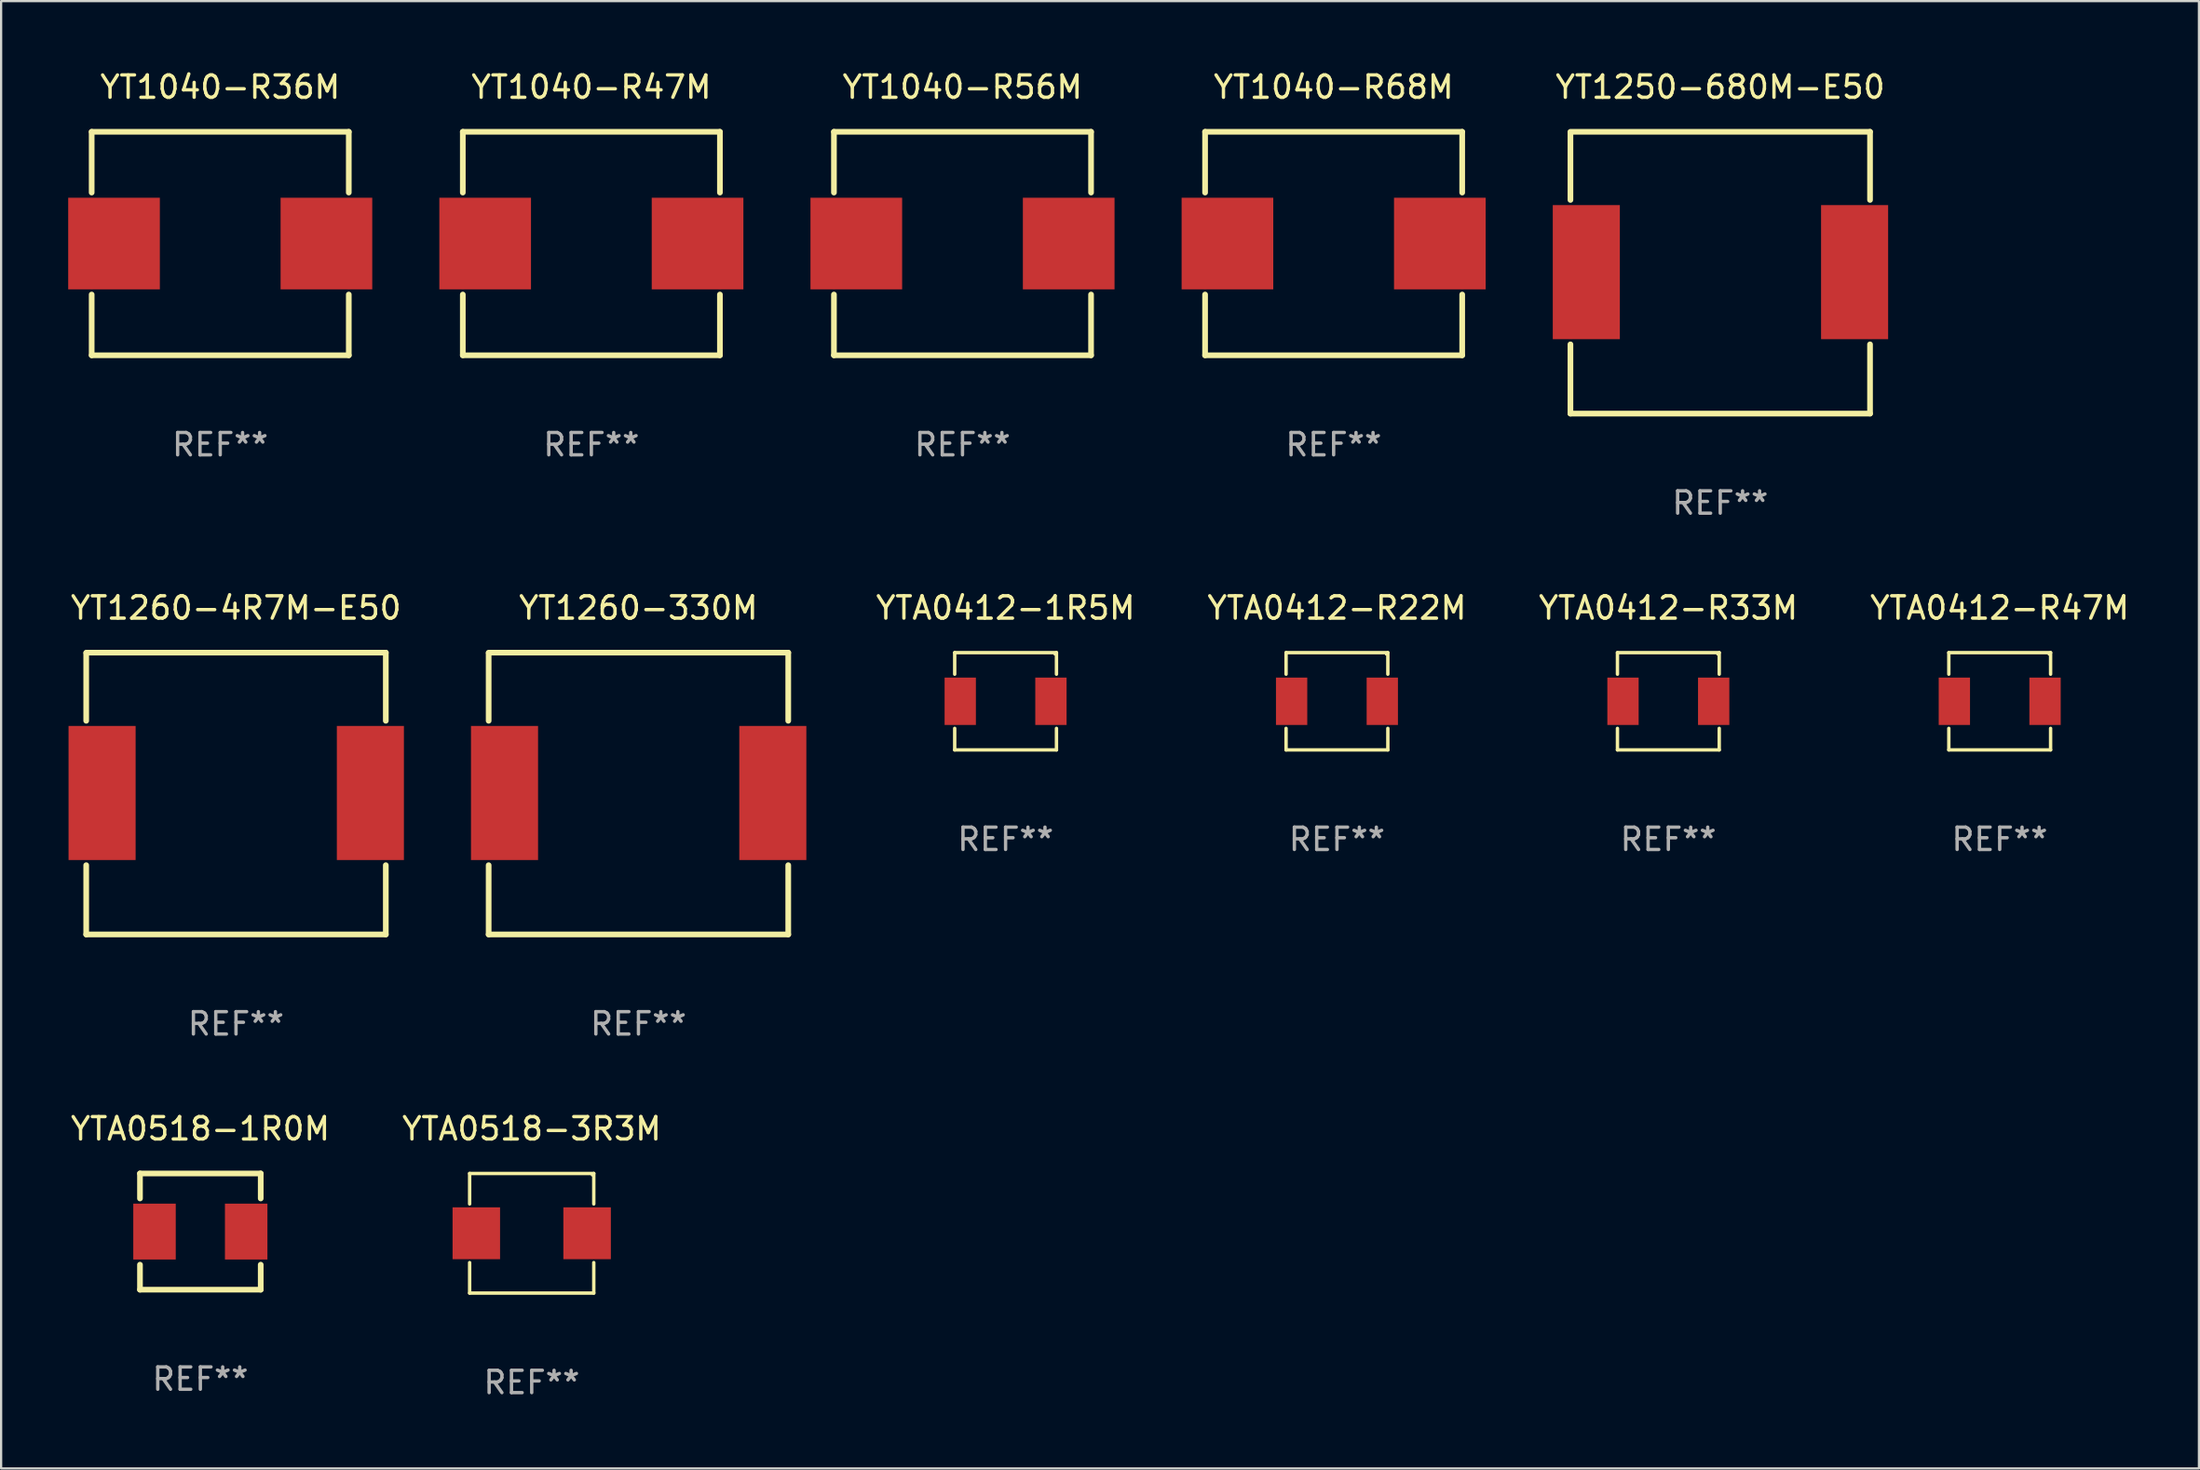
<source format=kicad_pcb>
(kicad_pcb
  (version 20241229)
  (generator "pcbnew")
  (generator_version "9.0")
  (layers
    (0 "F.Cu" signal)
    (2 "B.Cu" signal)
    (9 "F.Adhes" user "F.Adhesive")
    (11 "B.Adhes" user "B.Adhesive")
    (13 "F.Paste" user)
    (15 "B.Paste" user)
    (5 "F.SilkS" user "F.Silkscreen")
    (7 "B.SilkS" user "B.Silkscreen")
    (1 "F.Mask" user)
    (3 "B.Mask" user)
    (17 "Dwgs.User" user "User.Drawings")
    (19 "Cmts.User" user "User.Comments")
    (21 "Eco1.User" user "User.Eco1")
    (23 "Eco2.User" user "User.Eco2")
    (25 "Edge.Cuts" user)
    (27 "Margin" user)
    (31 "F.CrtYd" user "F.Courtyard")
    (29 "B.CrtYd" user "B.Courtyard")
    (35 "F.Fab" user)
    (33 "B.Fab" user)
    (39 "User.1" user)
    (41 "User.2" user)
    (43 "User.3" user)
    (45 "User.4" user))
  (footprint "YTA0412-R47M"
    (layer "F.Cu")
    (at 86.391 28.331)
    (property "Reference" "YTA0412-R47M" (at 0 -4.176 0) (layer "F.SilkS") (effects (font (size 1 1) (thickness 0.15))))
    (attr through_hole)
    (fp_line (start -2.276 -2.176) (end 2.276 -2.176) (stroke (width 0.152) (type solid)) (layer "F.SilkS"))
    (fp_line (start -2.276 -1.212) (end -2.276 -2.176) (stroke (width 0.152) (type solid)) (layer "F.SilkS"))
    (fp_line (start -2.276 1.212) (end -2.276 2.176) (stroke (width 0.152) (type solid)) (layer "F.SilkS"))
    (fp_line (start -2.276 2.176) (end 2.276 2.176) (stroke (width 0.152) (type solid)) (layer "F.SilkS"))
    (fp_line (start 2.276 -2.176) (end 2.276 -1.212) (stroke (width 0.152) (type solid)) (layer "F.SilkS"))
    (fp_line (start 2.276 2.176) (end 2.276 1.212) (stroke (width 0.152) (type solid)) (layer "F.SilkS"))
    (fp_circle (center 2.2 -2.1) (end 2.23 -2.1) (stroke (width 0.06) (type solid)) (fill no) (layer "F.SilkS"))
    (fp_text user "REF**" (at 0 6.176 0) (layer "F.Fab") (effects (font (size 1 1) (thickness 0.15))))
    (pad "1" smd rect (at 2.028 0) (size 1.4 2.12) (layers "F.Cu" "F.Mask" "F.Paste"))
    (pad "2" smd rect (at -2.028 0) (size 1.4 2.12) (layers "F.Cu" "F.Mask" "F.Paste")))
  (footprint "YT1040-R68M"
    (layer "F.Cu")
    (at 56.6 7.848)
    (property "Reference" "YT1040-R68M" (at 0 -7 0) (layer "F.SilkS") (effects (font (size 1 1) (thickness 0.15))))
    (attr through_hole)
    (fp_line (start -5.75 -5) (end -5.75 -2.281) (stroke (width 0.254) (type solid)) (layer "F.SilkS"))
    (fp_line (start -5.75 -5) (end 5.75 -5) (stroke (width 0.254) (type solid)) (layer "F.SilkS"))
    (fp_line (start -5.75 2.281) (end -5.75 5) (stroke (width 0.254) (type solid)) (layer "F.SilkS"))
    (fp_line (start 5.75 -2.281) (end 5.75 -5) (stroke (width 0.254) (type solid)) (layer "F.SilkS"))
    (fp_line (start 5.75 5) (end -5.75 5) (stroke (width 0.254) (type solid)) (layer "F.SilkS"))
    (fp_line (start 5.75 5) (end 5.75 2.281) (stroke (width 0.254) (type solid)) (layer "F.SilkS"))
    (fp_circle (center -5.75 5) (end -5.7 5) (stroke (width 0.1) (type solid)) (fill no) (layer "F.SilkS"))
    (fp_text user "REF**" (at 0 9 0) (layer "F.Fab") (effects (font (size 1 1) (thickness 0.15))))
    (pad "1" smd rect (at -4.75 0) (size 4.1 4.1) (layers "F.Cu" "F.Mask" "F.Paste"))
    (pad "2" smd rect (at 4.75 0) (size 4.1 4.1) (layers "F.Cu" "F.Mask" "F.Paste")))
  (footprint "YT1260-4R7M-E50"
    (layer "F.Cu")
    (at 7.506 32.46)
    (property "Reference" "YT1260-4R7M-E50" (at 0 -8.305 0) (layer "F.SilkS") (effects (font (size 1 1) (thickness 0.15))))
    (attr through_hole)
    (fp_line (start -6.7 -6.275) (end -6.7 -3.256) (stroke (width 0.254) (type solid)) (layer "F.SilkS"))
    (fp_line (start -6.7 3.206) (end -6.7 6.305) (stroke (width 0.254) (type solid)) (layer "F.SilkS"))
    (fp_line (start -6.7 6.305) (end 6.7 6.305) (stroke (width 0.254) (type solid)) (layer "F.SilkS"))
    (fp_line (start 6.7 -6.305) (end -6.7 -6.305) (stroke (width 0.254) (type solid)) (layer "F.SilkS"))
    (fp_line (start 6.7 -3.256) (end 6.7 -6.305) (stroke (width 0.254) (type solid)) (layer "F.SilkS"))
    (fp_line (start 6.7 6.305) (end 6.7 3.206) (stroke (width 0.254) (type solid)) (layer "F.SilkS"))
    (fp_circle (center -6.715 6.275) (end -6.685 6.275) (stroke (width 0.06) (type solid)) (fill no) (layer "F.SilkS"))
    (fp_text user "REF**" (at 0 10.305 0) (layer "F.Fab") (effects (font (size 1 1) (thickness 0.15))))
    (pad "1" smd rect (at -5.99 -0.025) (size 3 6) (layers "F.Cu" "F.Mask" "F.Paste"))
    (pad "2" smd rect (at 6.01 -0.025) (size 3 6) (layers "F.Cu" "F.Mask" "F.Paste")))
  (footprint "YT1040-R47M"
    (layer "F.Cu")
    (at 23.4 7.848)
    (property "Reference" "YT1040-R47M" (at 0 -7 0) (layer "F.SilkS") (effects (font (size 1 1) (thickness 0.15))))
    (attr through_hole)
    (fp_line (start -5.75 -5) (end -5.75 -2.281) (stroke (width 0.254) (type solid)) (layer "F.SilkS"))
    (fp_line (start -5.75 -5) (end 5.75 -5) (stroke (width 0.254) (type solid)) (layer "F.SilkS"))
    (fp_line (start -5.75 2.281) (end -5.75 5) (stroke (width 0.254) (type solid)) (layer "F.SilkS"))
    (fp_line (start 5.75 -2.281) (end 5.75 -5) (stroke (width 0.254) (type solid)) (layer "F.SilkS"))
    (fp_line (start 5.75 5) (end -5.75 5) (stroke (width 0.254) (type solid)) (layer "F.SilkS"))
    (fp_line (start 5.75 5) (end 5.75 2.281) (stroke (width 0.254) (type solid)) (layer "F.SilkS"))
    (fp_circle (center -5.75 5) (end -5.7 5) (stroke (width 0.1) (type solid)) (fill no) (layer "F.SilkS"))
    (fp_text user "REF**" (at 0 9 0) (layer "F.Fab") (effects (font (size 1 1) (thickness 0.15))))
    (pad "1" smd rect (at -4.75 0) (size 4.1 4.1) (layers "F.Cu" "F.Mask" "F.Paste"))
    (pad "2" smd rect (at 4.75 0) (size 4.1 4.1) (layers "F.Cu" "F.Mask" "F.Paste")))
  (footprint "YT1040-R36M"
    (layer "F.Cu")
    (at 6.8 7.848)
    (property "Reference" "YT1040-R36M" (at 0 -7 0) (layer "F.SilkS") (effects (font (size 1 1) (thickness 0.15))))
    (attr through_hole)
    (fp_line (start -5.75 -5) (end -5.75 -2.281) (stroke (width 0.254) (type solid)) (layer "F.SilkS"))
    (fp_line (start -5.75 -5) (end 5.75 -5) (stroke (width 0.254) (type solid)) (layer "F.SilkS"))
    (fp_line (start -5.75 2.281) (end -5.75 5) (stroke (width 0.254) (type solid)) (layer "F.SilkS"))
    (fp_line (start 5.75 -2.281) (end 5.75 -5) (stroke (width 0.254) (type solid)) (layer "F.SilkS"))
    (fp_line (start 5.75 5) (end -5.75 5) (stroke (width 0.254) (type solid)) (layer "F.SilkS"))
    (fp_line (start 5.75 5) (end 5.75 2.281) (stroke (width 0.254) (type solid)) (layer "F.SilkS"))
    (fp_circle (center -5.75 5) (end -5.7 5) (stroke (width 0.1) (type solid)) (fill no) (layer "F.SilkS"))
    (fp_text user "REF**" (at 0 9 0) (layer "F.Fab") (effects (font (size 1 1) (thickness 0.15))))
    (pad "1" smd rect (at -4.75 0) (size 4.1 4.1) (layers "F.Cu" "F.Mask" "F.Paste"))
    (pad "2" smd rect (at 4.75 0) (size 4.1 4.1) (layers "F.Cu" "F.Mask" "F.Paste")))
  (footprint "YTA0412-R33M"
    (layer "F.Cu")
    (at 71.57 28.331)
    (property "Reference" "YTA0412-R33M" (at 0 -4.176 0) (layer "F.SilkS") (effects (font (size 1 1) (thickness 0.15))))
    (attr through_hole)
    (fp_line (start -2.276 -2.176) (end 2.276 -2.176) (stroke (width 0.152) (type solid)) (layer "F.SilkS"))
    (fp_line (start -2.276 -1.212) (end -2.276 -2.176) (stroke (width 0.152) (type solid)) (layer "F.SilkS"))
    (fp_line (start -2.276 1.212) (end -2.276 2.176) (stroke (width 0.152) (type solid)) (layer "F.SilkS"))
    (fp_line (start -2.276 2.176) (end 2.276 2.176) (stroke (width 0.152) (type solid)) (layer "F.SilkS"))
    (fp_line (start 2.276 -2.176) (end 2.276 -1.212) (stroke (width 0.152) (type solid)) (layer "F.SilkS"))
    (fp_line (start 2.276 2.176) (end 2.276 1.212) (stroke (width 0.152) (type solid)) (layer "F.SilkS"))
    (fp_circle (center 2.2 -2.1) (end 2.23 -2.1) (stroke (width 0.06) (type solid)) (fill no) (layer "F.SilkS"))
    (fp_text user "REF**" (at 0 6.176 0) (layer "F.Fab") (effects (font (size 1 1) (thickness 0.15))))
    (pad "1" smd rect (at 2.028 0) (size 1.4 2.12) (layers "F.Cu" "F.Mask" "F.Paste"))
    (pad "2" smd rect (at -2.028 0) (size 1.4 2.12) (layers "F.Cu" "F.Mask" "F.Paste")))
  (footprint "YT1040-R56M"
    (layer "F.Cu")
    (at 40 7.848)
    (property "Reference" "YT1040-R56M" (at 0 -7 0) (layer "F.SilkS") (effects (font (size 1 1) (thickness 0.15))))
    (attr through_hole)
    (fp_line (start -5.75 -5) (end -5.75 -2.281) (stroke (width 0.254) (type solid)) (layer "F.SilkS"))
    (fp_line (start -5.75 -5) (end 5.75 -5) (stroke (width 0.254) (type solid)) (layer "F.SilkS"))
    (fp_line (start -5.75 2.281) (end -5.75 5) (stroke (width 0.254) (type solid)) (layer "F.SilkS"))
    (fp_line (start 5.75 -2.281) (end 5.75 -5) (stroke (width 0.254) (type solid)) (layer "F.SilkS"))
    (fp_line (start 5.75 5) (end -5.75 5) (stroke (width 0.254) (type solid)) (layer "F.SilkS"))
    (fp_line (start 5.75 5) (end 5.75 2.281) (stroke (width 0.254) (type solid)) (layer "F.SilkS"))
    (fp_circle (center -5.75 5) (end -5.7 5) (stroke (width 0.1) (type solid)) (fill no) (layer "F.SilkS"))
    (fp_text user "REF**" (at 0 9 0) (layer "F.Fab") (effects (font (size 1 1) (thickness 0.15))))
    (pad "1" smd rect (at -4.75 0) (size 4.1 4.1) (layers "F.Cu" "F.Mask" "F.Paste"))
    (pad "2" smd rect (at 4.75 0) (size 4.1 4.1) (layers "F.Cu" "F.Mask" "F.Paste")))
  (footprint "YTA0518-3R3M"
    (layer "F.Cu")
    (at 20.732 52.137)
    (property "Reference" "YTA0518-3R3M" (at 0 -4.676 0) (layer "F.SilkS") (effects (font (size 1 1) (thickness 0.15))))
    (attr through_hole)
    (fp_line (start -2.776 -2.676) (end 2.776 -2.676) (stroke (width 0.152) (type solid)) (layer "F.SilkS"))
    (fp_line (start -2.776 -1.312) (end -2.776 -2.676) (stroke (width 0.152) (type solid)) (layer "F.SilkS"))
    (fp_line (start -2.776 1.312) (end -2.776 2.676) (stroke (width 0.152) (type solid)) (layer "F.SilkS"))
    (fp_line (start -2.776 2.676) (end 2.776 2.676) (stroke (width 0.152) (type solid)) (layer "F.SilkS"))
    (fp_line (start 2.776 -2.676) (end 2.776 -1.312) (stroke (width 0.152) (type solid)) (layer "F.SilkS"))
    (fp_line (start 2.776 2.676) (end 2.776 1.312) (stroke (width 0.152) (type solid)) (layer "F.SilkS"))
    (fp_circle (center 2.7 -2.6) (end 2.73 -2.6) (stroke (width 0.06) (type solid)) (fill no) (layer "F.SilkS"))
    (fp_text user "REF**" (at 0 6.676 0) (layer "F.Fab") (effects (font (size 1 1) (thickness 0.15))))
    (pad "1" smd rect (at 2.478 0) (size 2.124 2.32) (layers "F.Cu" "F.Mask" "F.Paste"))
    (pad "2" smd rect (at -2.478 0) (size 2.124 2.32) (layers "F.Cu" "F.Mask" "F.Paste")))
  (footprint "YTA0518-1R0M"
    (layer "F.Cu")
    (at 5.911 52.061)
    (property "Reference" "YTA0518-1R0M" (at 0 -4.6 0) (layer "F.SilkS") (effects (font (size 1 1) (thickness 0.15))))
    (attr through_hole)
    (fp_line (start -2.7 -2.6) (end -2.7 -1.481) (stroke (width 0.254) (type solid)) (layer "F.SilkS"))
    (fp_line (start -2.7 -2.6) (end 2.7 -2.6) (stroke (width 0.254) (type solid)) (layer "F.SilkS"))
    (fp_line (start -2.7 1.481) (end -2.7 2.6) (stroke (width 0.254) (type solid)) (layer "F.SilkS"))
    (fp_line (start 2.7 -1.481) (end 2.7 -2.6) (stroke (width 0.254) (type solid)) (layer "F.SilkS"))
    (fp_line (start 2.7 2.6) (end -2.7 2.6) (stroke (width 0.254) (type solid)) (layer "F.SilkS"))
    (fp_line (start 2.7 2.6) (end 2.7 1.481) (stroke (width 0.254) (type solid)) (layer "F.SilkS"))
    (fp_circle (center -2.7 2.6) (end -2.67 2.6) (stroke (width 0.06) (type solid)) (fill no) (layer "F.SilkS"))
    (fp_text user "REF**" (at 0 6.6 0) (layer "F.Fab") (effects (font (size 1 1) (thickness 0.15))))
    (pad "1" smd rect (at -2.05 0) (size 1.9 2.5) (layers "F.Cu" "F.Mask" "F.Paste"))
    (pad "2" smd rect (at 2.05 0) (size 1.9 2.5) (layers "F.Cu" "F.Mask" "F.Paste")))
  (footprint "YT1260-330M"
    (layer "F.Cu")
    (at 25.506 32.46)
    (property "Reference" "YT1260-330M" (at 0 -8.305 0) (layer "F.SilkS") (effects (font (size 1 1) (thickness 0.15))))
    (attr through_hole)
    (fp_line (start -6.7 -6.275) (end -6.7 -3.256) (stroke (width 0.254) (type solid)) (layer "F.SilkS"))
    (fp_line (start -6.7 3.206) (end -6.7 6.305) (stroke (width 0.254) (type solid)) (layer "F.SilkS"))
    (fp_line (start -6.7 6.305) (end 6.7 6.305) (stroke (width 0.254) (type solid)) (layer "F.SilkS"))
    (fp_line (start 6.7 -6.305) (end -6.7 -6.305) (stroke (width 0.254) (type solid)) (layer "F.SilkS"))
    (fp_line (start 6.7 -3.256) (end 6.7 -6.305) (stroke (width 0.254) (type solid)) (layer "F.SilkS"))
    (fp_line (start 6.7 6.305) (end 6.7 3.206) (stroke (width 0.254) (type solid)) (layer "F.SilkS"))
    (fp_circle (center -6.715 6.275) (end -6.685 6.275) (stroke (width 0.06) (type solid)) (fill no) (layer "F.SilkS"))
    (fp_text user "REF**" (at 0 10.305 0) (layer "F.Fab") (effects (font (size 1 1) (thickness 0.15))))
    (pad "1" smd rect (at -5.99 -0.025) (size 3 6) (layers "F.Cu" "F.Mask" "F.Paste"))
    (pad "2" smd rect (at 6.01 -0.025) (size 3 6) (layers "F.Cu" "F.Mask" "F.Paste")))
  (footprint "YT1250-680M-E50"
    (layer "F.Cu")
    (at 73.891 9.153)
    (property "Reference" "YT1250-680M-E50" (at 0 -8.305 0) (layer "F.SilkS") (effects (font (size 1 1) (thickness 0.15))))
    (attr through_hole)
    (fp_line (start -6.7 -6.275) (end -6.7 -3.256) (stroke (width 0.254) (type solid)) (layer "F.SilkS"))
    (fp_line (start -6.7 3.206) (end -6.7 6.305) (stroke (width 0.254) (type solid)) (layer "F.SilkS"))
    (fp_line (start -6.7 6.305) (end 6.7 6.305) (stroke (width 0.254) (type solid)) (layer "F.SilkS"))
    (fp_line (start 6.7 -6.305) (end -6.7 -6.305) (stroke (width 0.254) (type solid)) (layer "F.SilkS"))
    (fp_line (start 6.7 -3.256) (end 6.7 -6.305) (stroke (width 0.254) (type solid)) (layer "F.SilkS"))
    (fp_line (start 6.7 6.305) (end 6.7 3.206) (stroke (width 0.254) (type solid)) (layer "F.SilkS"))
    (fp_circle (center -6.715 6.275) (end -6.685 6.275) (stroke (width 0.06) (type solid)) (fill no) (layer "F.SilkS"))
    (fp_text user "REF**" (at 0 10.305 0) (layer "F.Fab") (effects (font (size 1 1) (thickness 0.15))))
    (pad "1" smd rect (at -5.99 -0.025) (size 3 6) (layers "F.Cu" "F.Mask" "F.Paste"))
    (pad "2" smd rect (at 6.01 -0.025) (size 3 6) (layers "F.Cu" "F.Mask" "F.Paste")))
  (footprint "YTA0412-1R5M"
    (layer "F.Cu")
    (at 41.927 28.331)
    (property "Reference" "YTA0412-1R5M" (at 0 -4.176 0) (layer "F.SilkS") (effects (font (size 1 1) (thickness 0.15))))
    (attr through_hole)
    (fp_line (start -2.276 -2.176) (end 2.276 -2.176) (stroke (width 0.152) (type solid)) (layer "F.SilkS"))
    (fp_line (start -2.276 -1.212) (end -2.276 -2.176) (stroke (width 0.152) (type solid)) (layer "F.SilkS"))
    (fp_line (start -2.276 1.212) (end -2.276 2.176) (stroke (width 0.152) (type solid)) (layer "F.SilkS"))
    (fp_line (start -2.276 2.176) (end 2.276 2.176) (stroke (width 0.152) (type solid)) (layer "F.SilkS"))
    (fp_line (start 2.276 -2.176) (end 2.276 -1.212) (stroke (width 0.152) (type solid)) (layer "F.SilkS"))
    (fp_line (start 2.276 2.176) (end 2.276 1.212) (stroke (width 0.152) (type solid)) (layer "F.SilkS"))
    (fp_circle (center 2.2 -2.1) (end 2.23 -2.1) (stroke (width 0.06) (type solid)) (fill no) (layer "F.SilkS"))
    (fp_text user "REF**" (at 0 6.176 0) (layer "F.Fab") (effects (font (size 1 1) (thickness 0.15))))
    (pad "1" smd rect (at 2.028 0) (size 1.4 2.12) (layers "F.Cu" "F.Mask" "F.Paste"))
    (pad "2" smd rect (at -2.028 0) (size 1.4 2.12) (layers "F.Cu" "F.Mask" "F.Paste")))
  (footprint "YTA0412-R22M"
    (layer "F.Cu")
    (at 56.748 28.331)
    (property "Reference" "YTA0412-R22M" (at 0 -4.176 0) (layer "F.SilkS") (effects (font (size 1 1) (thickness 0.15))))
    (attr through_hole)
    (fp_line (start -2.276 -2.176) (end 2.276 -2.176) (stroke (width 0.152) (type solid)) (layer "F.SilkS"))
    (fp_line (start -2.276 -1.212) (end -2.276 -2.176) (stroke (width 0.152) (type solid)) (layer "F.SilkS"))
    (fp_line (start -2.276 1.212) (end -2.276 2.176) (stroke (width 0.152) (type solid)) (layer "F.SilkS"))
    (fp_line (start -2.276 2.176) (end 2.276 2.176) (stroke (width 0.152) (type solid)) (layer "F.SilkS"))
    (fp_line (start 2.276 -2.176) (end 2.276 -1.212) (stroke (width 0.152) (type solid)) (layer "F.SilkS"))
    (fp_line (start 2.276 2.176) (end 2.276 1.212) (stroke (width 0.152) (type solid)) (layer "F.SilkS"))
    (fp_circle (center 2.2 -2.1) (end 2.23 -2.1) (stroke (width 0.06) (type solid)) (fill no) (layer "F.SilkS"))
    (fp_text user "REF**" (at 0 6.176 0) (layer "F.Fab") (effects (font (size 1 1) (thickness 0.15))))
    (pad "1" smd rect (at 2.028 0) (size 1.4 2.12) (layers "F.Cu" "F.Mask" "F.Paste"))
    (pad "2" smd rect (at -2.028 0) (size 1.4 2.12) (layers "F.Cu" "F.Mask" "F.Paste")))
  (gr_rect
    (start -3 -3)
    (end 95.302 62.662)
    (stroke (width 0.1) (type default))
    (fill no)
    (layer "Edge.Cuts")))
</source>
